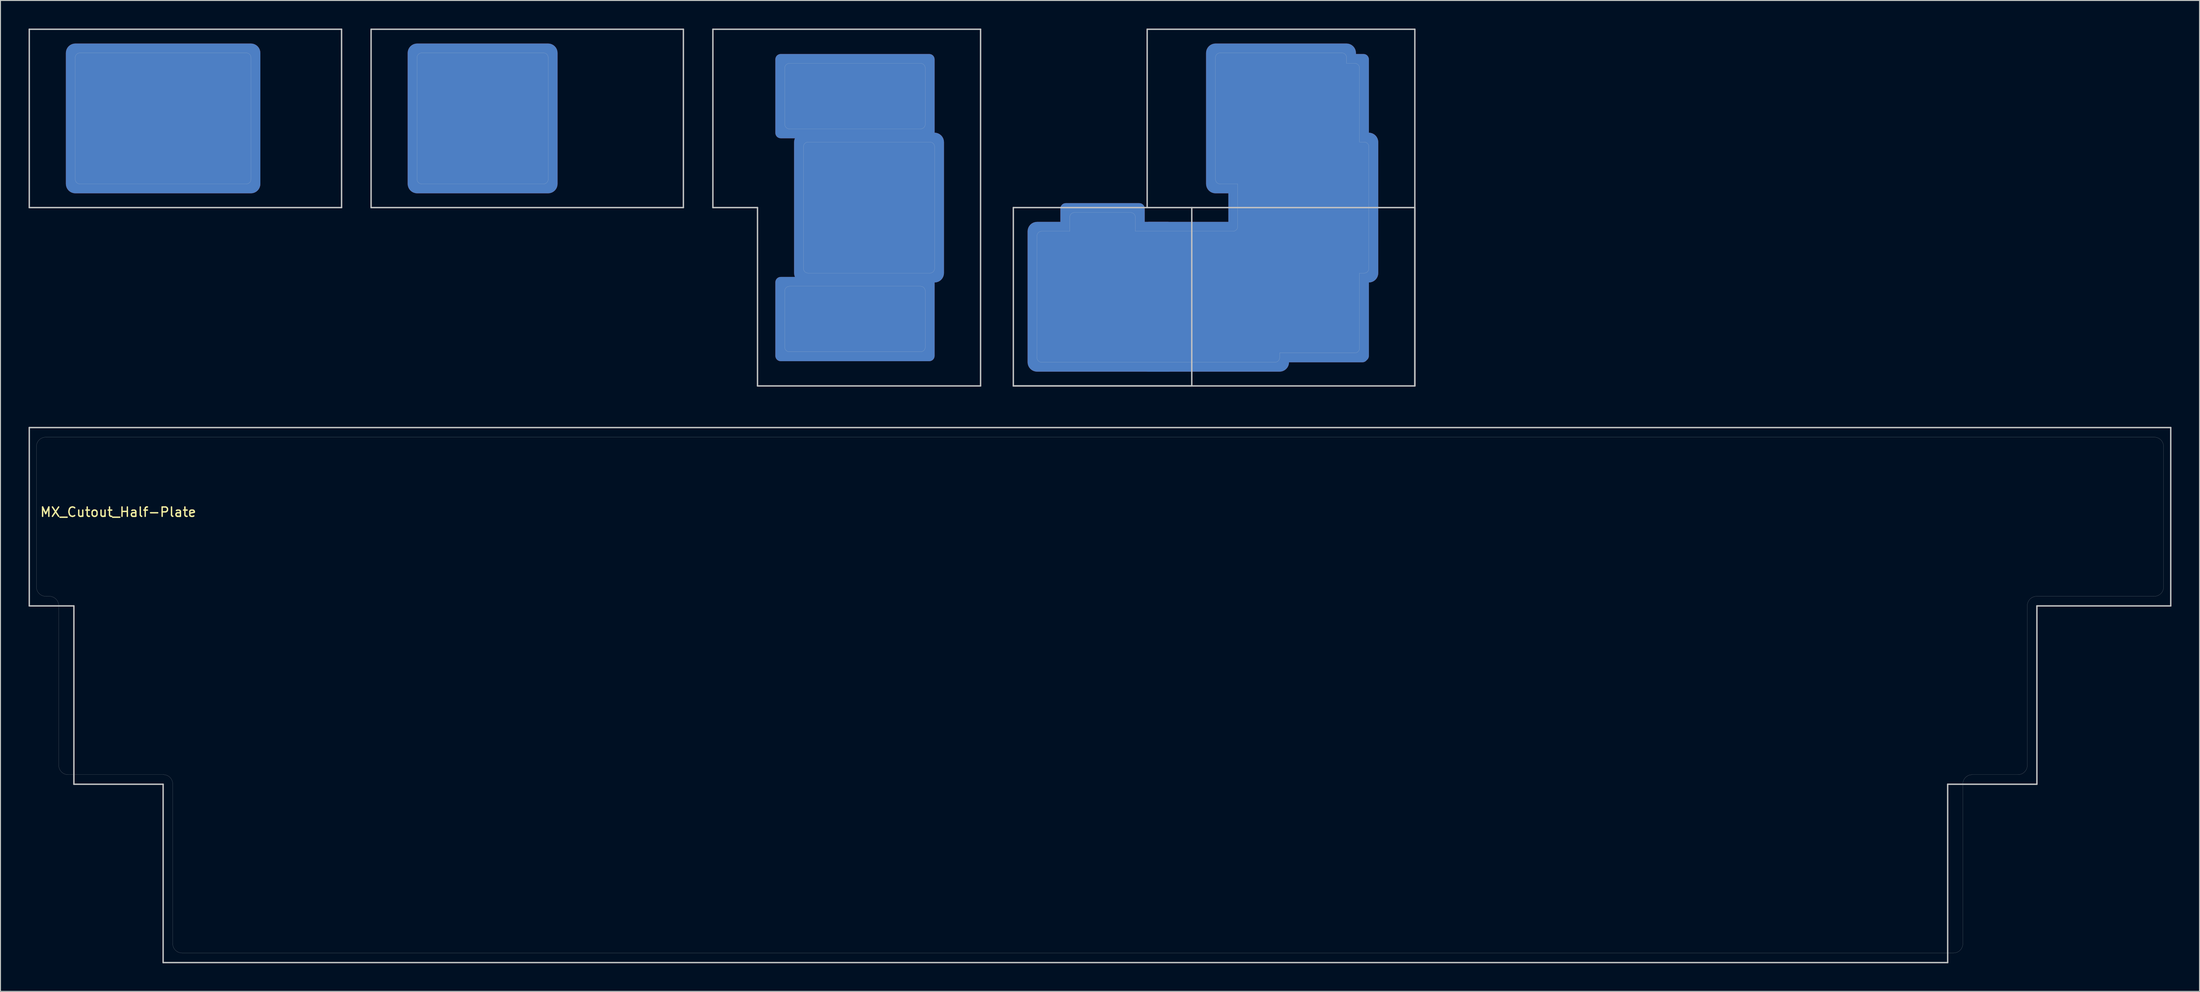
<source format=kicad_pcb>
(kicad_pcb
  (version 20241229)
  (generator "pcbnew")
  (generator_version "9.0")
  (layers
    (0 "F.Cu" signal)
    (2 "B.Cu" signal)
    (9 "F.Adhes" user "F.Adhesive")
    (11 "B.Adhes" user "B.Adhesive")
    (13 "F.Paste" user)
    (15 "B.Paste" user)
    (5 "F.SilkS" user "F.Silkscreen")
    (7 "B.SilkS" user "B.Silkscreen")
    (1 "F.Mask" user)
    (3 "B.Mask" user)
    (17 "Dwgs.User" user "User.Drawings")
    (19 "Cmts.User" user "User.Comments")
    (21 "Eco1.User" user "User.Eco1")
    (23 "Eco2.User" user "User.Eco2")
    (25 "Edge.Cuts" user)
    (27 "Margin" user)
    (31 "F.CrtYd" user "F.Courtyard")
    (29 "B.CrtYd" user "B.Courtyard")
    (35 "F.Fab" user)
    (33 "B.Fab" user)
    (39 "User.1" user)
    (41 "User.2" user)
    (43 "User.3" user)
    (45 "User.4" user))
  (footprint "MX_Cutout_Enter_ISO-ANSI"
    (layer "F.Cu")
    (at 114.646 28.65)
    (property "Reference" "MX_Cutout_Enter_ISO-ANSI" (at 0.25 10.05 0) (layer "Eco2.User") (effects (font (size 1 1) (thickness 0.15))))
    (fp_line (start -9.525 9.525) (end -9.525 -9.525) (stroke (width 0.15) (type solid)) (layer "Dwgs.User"))
    (fp_line (start 4.763 -28.575) (end 4.763 -9.525) (stroke (width 0.15) (type solid)) (layer "Dwgs.User"))
    (fp_line (start 9.525 -9.525) (end 9.525 9.525) (stroke (width 0.15) (type solid)) (layer "Dwgs.User"))
    (fp_line (start 9.525 9.525) (end -9.525 9.525) (stroke (width 0.15) (type solid)) (layer "Dwgs.User"))
    (fp_line (start 33.337 -28.575) (end 4.763 -28.575) (stroke (width 0.15) (type solid)) (layer "Dwgs.User"))
    (fp_line (start 33.337 -9.525) (end -9.525 -9.525) (stroke (width 0.15) (type solid)) (layer "Dwgs.User"))
    (fp_line (start 33.337 9.525) (end -9.525 9.525) (stroke (width 0.15) (type solid)) (layer "Dwgs.User"))
    (fp_line (start 33.337 9.525) (end 33.337 -28.575) (stroke (width 0.15) (type solid)) (layer "Dwgs.User"))
    (fp_line (start 33.337 9.525) (end 33.337 -9.525) (stroke (width 0.15) (type solid)) (layer "Dwgs.User"))
    (fp_line (start -7 -6.5) (end -7 6.5) (stroke (width 0.01) (type solid)) (layer "Edge.Cuts"))
    (fp_line (start -3.5 -7) (end -6.5 -7) (stroke (width 0.01) (type solid)) (layer "Edge.Cuts"))
    (fp_line (start -3.5 -7) (end -3.5 -8.5) (stroke (width 0.01) (type solid)) (layer "Edge.Cuts"))
    (fp_line (start -3 -9) (end 3 -9) (stroke (width 0.01) (type solid)) (layer "Edge.Cuts"))
    (fp_line (start 3.5 -8.5) (end 3.5 -7) (stroke (width 0.01) (type solid)) (layer "Edge.Cuts"))
    (fp_line (start 3.5 -7) (end 13.931 -7) (stroke (width 0.01) (type solid)) (layer "Edge.Cuts"))
    (fp_line (start 12.05 -25.55) (end 12.05 -12.55) (stroke (width 0.01) (type solid)) (layer "Edge.Cuts"))
    (fp_line (start 12.55 -12.05) (end 14.431 -12.05) (stroke (width 0.01) (type solid)) (layer "Edge.Cuts"))
    (fp_line (start 14.431 -7.5) (end 14.431 -12.05) (stroke (width 0.01) (type solid)) (layer "Edge.Cuts"))
    (fp_line (start 18.406 7) (end -6.5 7) (stroke (width 0.01) (type solid)) (layer "Edge.Cuts"))
    (fp_line (start 18.906 6) (end 18.906 6.5) (stroke (width 0.01) (type solid)) (layer "Edge.Cuts"))
    (fp_line (start 25.55 -26.05) (end 12.55 -26.05) (stroke (width 0.01) (type solid)) (layer "Edge.Cuts"))
    (fp_line (start 26.05 -24.931) (end 26.05 -25.55) (stroke (width 0.01) (type solid)) (layer "Edge.Cuts"))
    (fp_line (start 26.05 -24.931) (end 26.931 -24.931) (stroke (width 0.01) (type solid)) (layer "Edge.Cuts"))
    (fp_line (start 26.931 6) (end 18.906 6) (stroke (width 0.01) (type solid)) (layer "Edge.Cuts"))
    (fp_line (start 27.431 -24.431) (end 27.431 -16.525) (stroke (width 0.01) (type solid)) (layer "Edge.Cuts"))
    (fp_line (start 27.431 -16.525) (end 27.931 -16.525) (stroke (width 0.01) (type solid)) (layer "Edge.Cuts"))
    (fp_line (start 27.431 -2.525) (end 27.431 5.5) (stroke (width 0.01) (type solid)) (layer "Edge.Cuts"))
    (fp_line (start 27.931 -2.525) (end 27.431 -2.525) (stroke (width 0.01) (type solid)) (layer "Edge.Cuts"))
    (fp_line (start 28.431 -16.025) (end 28.431 -3.025) (stroke (width 0.01) (type solid)) (layer "Edge.Cuts"))
    (fp_arc (start -7 -6.5) (mid -6.853553 -6.853553) (end -6.5 -7) (stroke (width 0.01) (type solid)) (layer "Edge.Cuts"))
    (fp_arc (start -6.5 7) (mid -6.853553 6.853553) (end -7 6.5) (stroke (width 0.01) (type solid)) (layer "Edge.Cuts"))
    (fp_arc (start -3.5 -8.5) (mid -3.353553 -8.853553) (end -3 -9) (stroke (width 0.01) (type solid)) (layer "Edge.Cuts"))
    (fp_arc (start 3 -9) (mid 3.353553 -8.853553) (end 3.5 -8.5) (stroke (width 0.01) (type solid)) (layer "Edge.Cuts"))
    (fp_arc (start 12.05 -25.55) (mid 12.196447 -25.903553) (end 12.55 -26.05) (stroke (width 0.01) (type solid)) (layer "Edge.Cuts"))
    (fp_arc (start 12.55 -12.05) (mid 12.196447 -12.196447) (end 12.05 -12.55) (stroke (width 0.01) (type solid)) (layer "Edge.Cuts"))
    (fp_arc (start 14.43125 -7.5) (mid 14.284803 -7.146447) (end 13.93125 -7) (stroke (width 0.01) (type solid)) (layer "Edge.Cuts"))
    (fp_arc (start 18.90625 6.5) (mid 18.759803 6.853553) (end 18.40625 7) (stroke (width 0.01) (type solid)) (layer "Edge.Cuts"))
    (fp_arc (start 25.55 -26.05) (mid 25.903553 -25.903553) (end 26.05 -25.55) (stroke (width 0.01) (type solid)) (layer "Edge.Cuts"))
    (fp_arc (start 26.931251 -24.931251) (mid 27.284804 -24.784804) (end 27.43125 -24.43125) (stroke (width 0.01) (type solid)) (layer "Edge.Cuts"))
    (fp_arc (start 27.431253 5.500001) (mid 27.284805 5.853555) (end 26.93125 6) (stroke (width 0.01) (type solid)) (layer "Edge.Cuts"))
    (fp_arc (start 27.93125 -16.525) (mid 28.284803 -16.378553) (end 28.43125 -16.025) (stroke (width 0.01) (type solid)) (layer "Edge.Cuts"))
    (fp_arc (start 28.43125 -3.025) (mid 28.284803 -2.671447) (end 27.93125 -2.525) (stroke (width 0.01) (type solid)) (layer "Edge.Cuts"))
    (pad "1" smd roundrect (at 0 -1.5) (size 9 17) (layers "F.Cu" "F.Mask") (roundrect_rratio 0.063))
    (pad "1" smd roundrect (at 0 -1.5) (size 9 17) (layers "B.Cu" "B.Mask") (roundrect_rratio 0.063))
    (pad "1" smd roundrect (at 0 0 180) (size 16 16) (layers "F.Cu" "F.Mask") (roundrect_rratio 0.063))
    (pad "1" smd roundrect (at 0 0 180) (size 16 16) (layers "B.Cu" "B.Mask") (roundrect_rratio 0.063))
    (pad "1" smd roundrect (at 11.906 0) (size 16 16) (layers "F.Cu" "F.Mask") (roundrect_rratio 0.063))
    (pad "1" smd roundrect (at 11.906 0) (size 16 16) (layers "B.Cu" "B.Mask") (roundrect_rratio 0.063))
    (pad "1" smd roundrect (at 19.05 -19.05 180) (size 16 16) (layers "F.Cu" "F.Mask") (roundrect_rratio 0.063))
    (pad "1" smd roundrect (at 19.05 -19.05 180) (size 16 16) (layers "B.Cu" "B.Mask") (roundrect_rratio 0.063))
    (pad "1" smd roundrect (at 19.931 -21.431 90) (size 9 17) (layers "F.Cu" "F.Mask") (roundrect_rratio 0.063))
    (pad "1" smd roundrect (at 19.931 -21.431 90) (size 9 17) (layers "B.Cu" "B.Mask") (roundrect_rratio 0.063))
    (pad "1" smd roundrect (at 19.931 2.381 90) (size 9 17) (layers "F.Cu" "F.Mask") (roundrect_rratio 0.063))
    (pad "1" smd roundrect (at 19.931 2.381 90) (size 9 17) (layers "B.Cu" "B.Mask") (roundrect_rratio 0.063))
    (pad "1" smd roundrect (at 21.431 -9.525 90) (size 16 16) (layers "F.Cu" "F.Mask") (roundrect_rratio 0.063))
    (pad "1" smd roundrect (at 21.431 -9.525 90) (size 16 16) (layers "B.Cu" "B.Mask") (roundrect_rratio 0.063))
    (pad "1" smd roundrect (at 23.812 -1.5) (size 9 17) (layers "F.Cu" "F.Mask") (roundrect_rratio 0.063))
    (pad "1" smd roundrect (at 23.812 -1.5) (size 9 17) (layers "B.Cu" "B.Mask") (roundrect_rratio 0.063)))
  (footprint "MX_Cutout_Caps-Lock"
    (layer "F.Cu")
    (at 11.981 9.6)
    (property "Reference" "MX_Cutout_Caps-Lock" (at 0.25 10.05 0) (layer "Eco2.User") (effects (font (size 1 1) (thickness 0.15))))
    (fp_line (start -11.906 -9.525) (end 21.431 -9.525) (stroke (width 0.15) (type solid)) (layer "Dwgs.User"))
    (fp_line (start -11.906 9.525) (end -11.906 -9.525) (stroke (width 0.15) (type solid)) (layer "Dwgs.User"))
    (fp_line (start 21.431 -9.525) (end 21.431 9.525) (stroke (width 0.15) (type solid)) (layer "Dwgs.User"))
    (fp_line (start 21.431 9.525) (end -11.906 9.525) (stroke (width 0.15) (type solid)) (layer "Dwgs.User"))
    (fp_line (start -7 -6.5) (end -7 6.5) (stroke (width 0.01) (type solid)) (layer "Edge.Cuts"))
    (fp_line (start -6.5 7) (end 11.262 7) (stroke (width 0.01) (type solid)) (layer "Edge.Cuts"))
    (fp_line (start 11.262 -7) (end -6.5 -7) (stroke (width 0.01) (type solid)) (layer "Edge.Cuts"))
    (fp_line (start 11.762 6.5) (end 11.762 -6.5) (stroke (width 0.01) (type solid)) (layer "Edge.Cuts"))
    (fp_arc (start -7 -6.5) (mid -6.853553 -6.853553) (end -6.5 -7) (stroke (width 0.01) (type solid)) (layer "Edge.Cuts"))
    (fp_arc (start -6.5 7) (mid -6.853553 6.853553) (end -7 6.5) (stroke (width 0.01) (type solid)) (layer "Edge.Cuts"))
    (fp_arc (start 11.2625 -7) (mid 11.616053 -6.853553) (end 11.7625 -6.5) (stroke (width 0.01) (type solid)) (layer "Edge.Cuts"))
    (fp_arc (start 11.7625 6.5) (mid 11.616053 6.853553) (end 11.2625 7) (stroke (width 0.01) (type solid)) (layer "Edge.Cuts"))
    (pad "1" smd roundrect (at 2.381 0 180) (size 20.762 16) (layers "F.Cu" "F.Mask") (roundrect_rratio 0.063))
    (pad "1" smd roundrect (at 2.381 0 180) (size 20.762 16) (layers "B.Cu" "B.Mask") (roundrect_rratio 0.063)))
  (footprint "MX_Cutout_Half-Plate"
    (layer "F.Cu")
    (at 9.569 52.148)
    (property "Reference" "MX_Cutout_Half-Plate" (at 0 -0.5 0) (unlocked yes) (layer "F.SilkS") (effects (font (size 1 1) (thickness 0.15))))
    (fp_line (start -9.494 -9.525) (end -9.494 9.525) (stroke (width 0.15) (type solid)) (layer "Dwgs.User"))
    (fp_line (start -9.494 -9.525) (end 219.106 -9.525) (stroke (width 0.15) (type solid)) (layer "Dwgs.User"))
    (fp_line (start -9.494 9.525) (end -4.731 9.525) (stroke (width 0.15) (type solid)) (layer "Dwgs.User"))
    (fp_line (start -4.731 9.525) (end -4.731 28.575) (stroke (width 0.15) (type solid)) (layer "Dwgs.User"))
    (fp_line (start -4.731 28.575) (end 4.794 28.575) (stroke (width 0.15) (type solid)) (layer "Dwgs.User"))
    (fp_line (start 4.794 28.575) (end 4.794 47.625) (stroke (width 0.15) (type solid)) (layer "Dwgs.User"))
    (fp_line (start 4.794 47.625) (end 195.294 47.625) (stroke (width 0.15) (type solid)) (layer "Dwgs.User"))
    (fp_line (start 195.294 28.575) (end 195.294 47.625) (stroke (width 0.15) (type solid)) (layer "Dwgs.User"))
    (fp_line (start 204.819 9.525) (end 204.819 28.575) (stroke (width 0.15) (type solid)) (layer "Dwgs.User"))
    (fp_line (start 204.819 28.575) (end 195.294 28.575) (stroke (width 0.15) (type solid)) (layer "Dwgs.User"))
    (fp_line (start 219.106 -9.525) (end 219.106 9.525) (stroke (width 0.15) (type solid)) (layer "Dwgs.User"))
    (fp_line (start 219.106 9.525) (end 204.819 9.525) (stroke (width 0.15) (type solid)) (layer "Dwgs.User"))
    (fp_line (start -8.731 -7.5) (end -8.731 7.5) (stroke (width 0.01) (type solid)) (layer "Edge.Cuts"))
    (fp_line (start -7.731 8.5) (end -7.35 8.5) (stroke (width 0.01) (type solid)) (layer "Edge.Cuts"))
    (fp_line (start -6.35 9.5) (end -6.35 26.55) (stroke (width 0.01) (type solid)) (layer "Edge.Cuts"))
    (fp_line (start -5.35 27.55) (end 4.819 27.55) (stroke (width 0.01) (type solid)) (layer "Edge.Cuts"))
    (fp_line (start 5.819 28.55) (end 5.819 45.6) (stroke (width 0.01) (type solid)) (layer "Edge.Cuts"))
    (fp_line (start 6.819 46.6) (end 195.912 46.6) (stroke (width 0.01) (type solid)) (layer "Edge.Cuts"))
    (fp_line (start 196.912 45.6) (end 196.912 28.55) (stroke (width 0.01) (type solid)) (layer "Edge.Cuts"))
    (fp_line (start 197.912 27.55) (end 202.794 27.55) (stroke (width 0.01) (type solid)) (layer "Edge.Cuts"))
    (fp_line (start 203.794 26.55) (end 203.794 9.5) (stroke (width 0.01) (type solid)) (layer "Edge.Cuts"))
    (fp_line (start 204.794 8.5) (end 217.344 8.5) (stroke (width 0.01) (type solid)) (layer "Edge.Cuts"))
    (fp_line (start 217.344 -8.5) (end -7.731 -8.5) (stroke (width 0.01) (type solid)) (layer "Edge.Cuts"))
    (fp_line (start 218.344 7.5) (end 218.344 -7.5) (stroke (width 0.01) (type solid)) (layer "Edge.Cuts"))
    (fp_arc (start -8.731253 -7.500003) (mid -8.438358 -8.207109) (end -7.73125 -8.5) (stroke (width 0.01) (type solid)) (layer "Edge.Cuts"))
    (fp_arc (start -7.731253 8.500003) (mid -8.438359 8.207108) (end -8.73125 7.5) (stroke (width 0.01) (type solid)) (layer "Edge.Cuts"))
    (fp_arc (start -7.349997 8.499997) (mid -6.642891 8.792892) (end -6.35 9.5) (stroke (width 0.01) (type solid)) (layer "Edge.Cuts"))
    (fp_arc (start -5.350004 27.550003) (mid -6.05711 27.257108) (end -6.350001 26.55) (stroke (width 0.01) (type solid)) (layer "Edge.Cuts"))
    (fp_arc (start 4.818753 27.549997) (mid 5.525859 27.842892) (end 5.81875 28.55) (stroke (width 0.01) (type solid)) (layer "Edge.Cuts"))
    (fp_arc (start 6.818747 46.600003) (mid 6.111641 46.307108) (end 5.81875 45.6) (stroke (width 0.01) (type solid)) (layer "Edge.Cuts"))
    (fp_arc (start 196.912497 28.549997) (mid 197.205392 27.842891) (end 197.9125 27.55) (stroke (width 0.01) (type solid)) (layer "Edge.Cuts"))
    (fp_arc (start 196.912503 45.600003) (mid 196.619608 46.307109) (end 195.9125 46.6) (stroke (width 0.01) (type solid)) (layer "Edge.Cuts"))
    (fp_arc (start 203.793747 9.499997) (mid 204.086642 8.792891) (end 204.79375 8.5) (stroke (width 0.01) (type solid)) (layer "Edge.Cuts"))
    (fp_arc (start 203.793753 26.550003) (mid 203.500858 27.257109) (end 202.79375 27.55) (stroke (width 0.01) (type solid)) (layer "Edge.Cuts"))
    (fp_arc (start 217.343753 -8.500003) (mid 218.050859 -8.207108) (end 218.34375 -7.5) (stroke (width 0.01) (type solid)) (layer "Edge.Cuts"))
    (fp_arc (start 218.343753 7.500003) (mid 218.050858 8.207109) (end 217.34375 8.5) (stroke (width 0.01) (type solid)) (layer "Edge.Cuts")))
  (footprint "MX_Cutout_Enter_ISO"
    (layer "F.Cu")
    (at 89.719 19.125)
    (property "Reference" "MX_Cutout_Enter_ISO" (at 0.25 10.05 0) (layer "Eco2.User") (effects (font (size 1 1) (thickness 0.15))))
    (fp_line (start -16.669 -19.05) (end -16.669 0) (stroke (width 0.15) (type solid)) (layer "Dwgs.User"))
    (fp_line (start -16.669 0) (end -11.906 0) (stroke (width 0.15) (type solid)) (layer "Dwgs.User"))
    (fp_line (start -11.906 0) (end -11.906 19.05) (stroke (width 0.15) (type solid)) (layer "Dwgs.User"))
    (fp_line (start -11.906 19.05) (end 11.906 19.05) (stroke (width 0.15) (type solid)) (layer "Dwgs.User"))
    (fp_line (start 11.906 -19.05) (end -16.669 -19.05) (stroke (width 0.15) (type solid)) (layer "Dwgs.User"))
    (fp_line (start 11.906 19.05) (end 11.906 -19.05) (stroke (width 0.15) (type solid)) (layer "Dwgs.User"))
    (fp_line (start -9 -8.906) (end -9 -14.906) (stroke (width 0.01) (type solid)) (layer "Edge.Cuts"))
    (fp_line (start -9 14.906) (end -9 8.906) (stroke (width 0.01) (type solid)) (layer "Edge.Cuts"))
    (fp_line (start -8.5 -15.406) (end 5.5 -15.406) (stroke (width 0.01) (type solid)) (layer "Edge.Cuts"))
    (fp_line (start -8.5 8.406) (end 5.5 8.406) (stroke (width 0.01) (type solid)) (layer "Edge.Cuts"))
    (fp_line (start -7 6.5) (end -7 -6.5) (stroke (width 0.01) (type solid)) (layer "Edge.Cuts"))
    (fp_line (start -6.5 -7) (end 6.5 -7) (stroke (width 0.01) (type solid)) (layer "Edge.Cuts"))
    (fp_line (start 5.5 -8.406) (end -8.5 -8.406) (stroke (width 0.01) (type solid)) (layer "Edge.Cuts"))
    (fp_line (start 5.5 15.406) (end -8.5 15.406) (stroke (width 0.01) (type solid)) (layer "Edge.Cuts"))
    (fp_line (start 6 -14.906) (end 6 -8.906) (stroke (width 0.01) (type solid)) (layer "Edge.Cuts"))
    (fp_line (start 6 8.906) (end 6 14.906) (stroke (width 0.01) (type solid)) (layer "Edge.Cuts"))
    (fp_line (start 6.5 7) (end -6.5 7) (stroke (width 0.01) (type solid)) (layer "Edge.Cuts"))
    (fp_line (start 7 -6.5) (end 7 6.5) (stroke (width 0.01) (type solid)) (layer "Edge.Cuts"))
    (fp_arc (start -9 -14.90625) (mid -8.853553 -15.259803) (end -8.5 -15.40625) (stroke (width 0.01) (type solid)) (layer "Edge.Cuts"))
    (fp_arc (start -9 8.90625) (mid -8.853553 8.552697) (end -8.5 8.40625) (stroke (width 0.01) (type solid)) (layer "Edge.Cuts"))
    (fp_arc (start -8.500001 -8.406249) (mid -8.853554 -8.552696) (end -9 -8.90625) (stroke (width 0.01) (type solid)) (layer "Edge.Cuts"))
    (fp_arc (start -8.5 15.40625) (mid -8.853553 15.259803) (end -9 14.90625) (stroke (width 0.01) (type solid)) (layer "Edge.Cuts"))
    (fp_arc (start -7 -6.5) (mid -6.853553 -6.853553) (end -6.5 -7) (stroke (width 0.01) (type solid)) (layer "Edge.Cuts"))
    (fp_arc (start -6.5 7) (mid -6.853553 6.853553) (end -7 6.5) (stroke (width 0.01) (type solid)) (layer "Edge.Cuts"))
    (fp_arc (start 5.5 8.40625) (mid 5.853553 8.552697) (end 6 8.90625) (stroke (width 0.01) (type solid)) (layer "Edge.Cuts"))
    (fp_arc (start 5.500001 -15.406251) (mid 5.853554 -15.259804) (end 6 -14.90625) (stroke (width 0.01) (type solid)) (layer "Edge.Cuts"))
    (fp_arc (start 6 14.90625) (mid 5.853553 15.259803) (end 5.5 15.40625) (stroke (width 0.01) (type solid)) (layer "Edge.Cuts"))
    (fp_arc (start 6.000001 -8.906249) (mid 5.853554 -8.552696) (end 5.5 -8.40625) (stroke (width 0.01) (type solid)) (layer "Edge.Cuts"))
    (fp_arc (start 6.5 -7) (mid 6.853553 -6.853553) (end 7 -6.5) (stroke (width 0.01) (type solid)) (layer "Edge.Cuts"))
    (fp_arc (start 7 6.5) (mid 6.853553 6.853553) (end 6.5 7) (stroke (width 0.01) (type solid)) (layer "Edge.Cuts"))
    (pad "1" smd roundrect (at -1.5 -11.906 90) (size 9 17) (layers "F.Cu" "F.Mask") (roundrect_rratio 0.063))
    (pad "1" smd roundrect (at -1.5 -11.906 90) (size 9 17) (layers "B.Cu" "B.Mask") (roundrect_rratio 0.063))
    (pad "1" smd roundrect (at -1.5 11.906 90) (size 9 17) (layers "F.Cu" "F.Mask") (roundrect_rratio 0.063))
    (pad "1" smd roundrect (at -1.5 11.906 90) (size 9 17) (layers "B.Cu" "B.Mask") (roundrect_rratio 0.063))
    (pad "1" smd roundrect (at 0 0 90) (size 16 16) (layers "F.Cu" "F.Mask") (roundrect_rratio 0.063))
    (pad "1" smd roundrect (at 0 0 90) (size 16 16) (layers "B.Cu" "B.Mask") (roundrect_rratio 0.063)))
  (footprint "MX_Cutout_Caps-Lock_Stepped"
    (layer "F.Cu")
    (at 48.469 9.6)
    (property "Reference" "MX_Cutout_Caps-Lock_Stepped" (at 0.25 10.05 0) (layer "Eco2.User") (effects (font (size 1 1) (thickness 0.15))))
    (fp_line (start -11.906 -9.525) (end 21.431 -9.525) (stroke (width 0.15) (type solid)) (layer "Dwgs.User"))
    (fp_line (start -11.906 9.525) (end -11.906 -9.525) (stroke (width 0.15) (type solid)) (layer "Dwgs.User"))
    (fp_line (start 21.431 -9.525) (end 21.431 9.525) (stroke (width 0.15) (type solid)) (layer "Dwgs.User"))
    (fp_line (start 21.431 9.525) (end -11.906 9.525) (stroke (width 0.15) (type solid)) (layer "Dwgs.User"))
    (fp_line (start -7 -6.5) (end -7 6.5) (stroke (width 0.01) (type solid)) (layer "Edge.Cuts"))
    (fp_line (start -6.5 7) (end 6.5 7) (stroke (width 0.01) (type solid)) (layer "Edge.Cuts"))
    (fp_line (start 6.5 -7) (end -6.5 -7) (stroke (width 0.01) (type solid)) (layer "Edge.Cuts"))
    (fp_line (start 7 6.5) (end 7 -6.5) (stroke (width 0.01) (type solid)) (layer "Edge.Cuts"))
    (fp_arc (start -7 -6.5) (mid -6.853553 -6.853553) (end -6.5 -7) (stroke (width 0.01) (type solid)) (layer "Edge.Cuts"))
    (fp_arc (start -6.5 7) (mid -6.853553 6.853553) (end -7 6.5) (stroke (width 0.01) (type solid)) (layer "Edge.Cuts"))
    (fp_arc (start 6.5 -7) (mid 6.853553 -6.853553) (end 7 -6.5) (stroke (width 0.01) (type solid)) (layer "Edge.Cuts"))
    (fp_arc (start 7 6.5) (mid 6.853553 6.853553) (end 6.5 7) (stroke (width 0.01) (type solid)) (layer "Edge.Cuts"))
    (pad "1" smd roundrect (at 0 0 180) (size 16 16) (layers "F.Cu" "F.Mask") (roundrect_rratio 0.063))
    (pad "1" smd roundrect (at 0 0 180) (size 16 16) (layers "B.Cu" "B.Mask") (roundrect_rratio 0.063)))
  (gr_rect
    (start -3 -3)
    (end 231.75 102.848)
    (stroke (width 0.1) (type default))
    (fill no)
    (layer "Edge.Cuts")))
</source>
